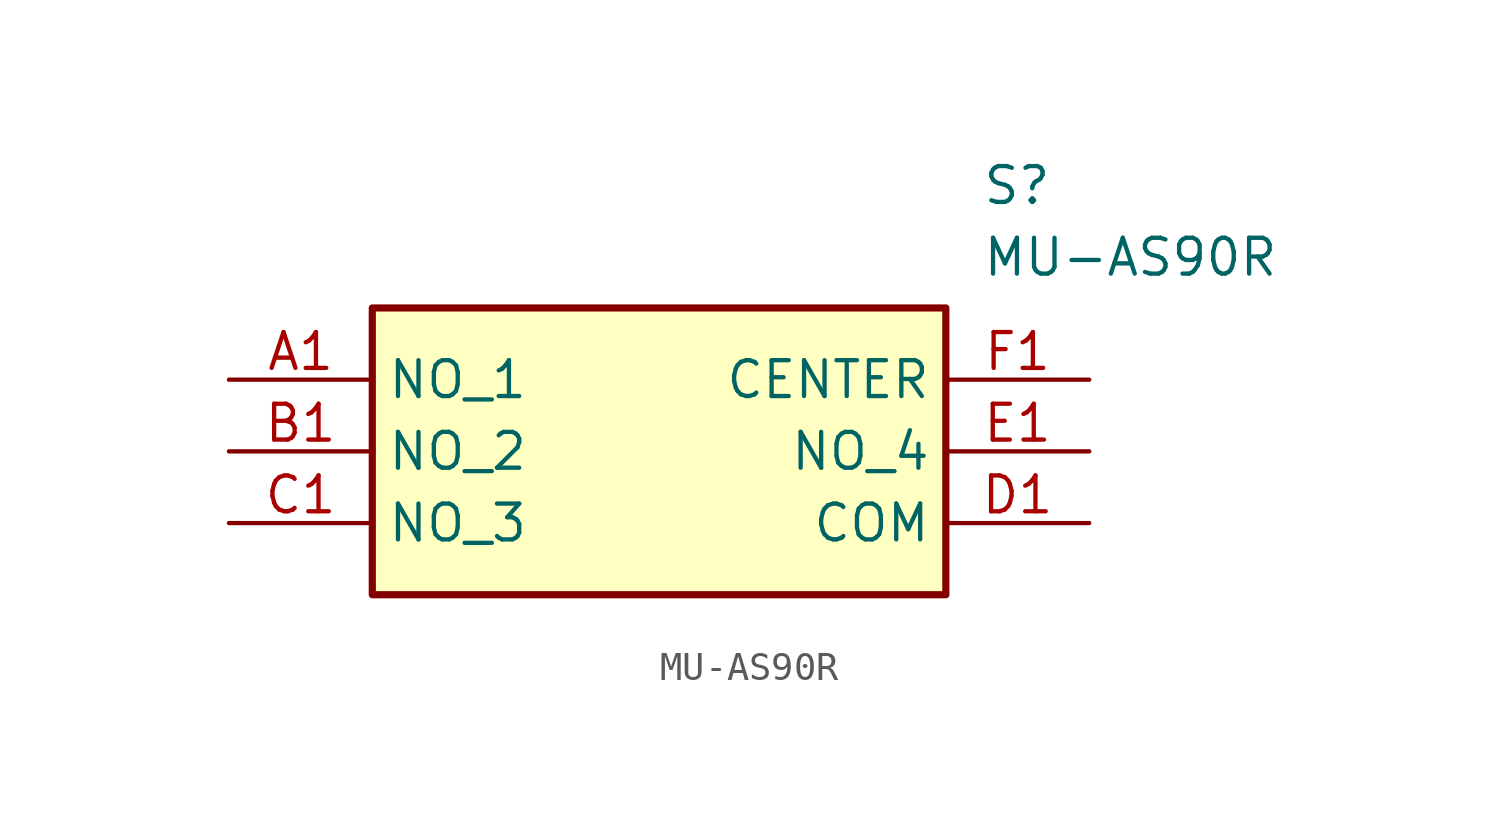
<source format=kicad_sym>
(kicad_symbol_lib
  (version 20211014)
  (generator SamacSys_ECAD_Model)
  (symbol "MU-AS90R"
    (property "Reference" "S"
      (at 26.67 7.62 0)
      (effects (font (size 1.27 1.27)) (justify left top)))
    (property "Value" "MU-AS90R"
      (at 26.67 5.08 0)
      (effects (font (size 1.27 1.27)) (justify left top)))
    (rectangle
      (start 5.08 2.54)
      (end 25.4 -7.62)
      (stroke (width 0.254) (type default))
      (fill (type background)))
    (pin passive line
      (at 0 0 0)
      (length 5.08)
      (name "NO_1" (effects (font (size 1.27 1.27))))
      (number "A1" (effects (font (size 1.27 1.27)))))
    (pin passive line
      (at 0 -2.54 0)
      (length 5.08)
      (name "NO_2" (effects (font (size 1.27 1.27))))
      (number "B1" (effects (font (size 1.27 1.27)))))
    (pin passive line
      (at 0 -5.08 0)
      (length 5.08)
      (name "NO_3" (effects (font (size 1.27 1.27))))
      (number "C1" (effects (font (size 1.27 1.27)))))
    (pin passive line
      (at 30.48 -5.08 180)
      (length 5.08)
      (name "COM" (effects (font (size 1.27 1.27))))
      (number "D1" (effects (font (size 1.27 1.27)))))
    (pin passive line
      (at 30.48 -2.54 180)
      (length 5.08)
      (name "NO_4" (effects (font (size 1.27 1.27))))
      (number "E1" (effects (font (size 1.27 1.27)))))
    (pin passive line
      (at 30.48 0 180)
      (length 5.08)
      (name "CENTER" (effects (font (size 1.27 1.27))))
      (number "F1" (effects (font (size 1.27 1.27)))))))
</source>
